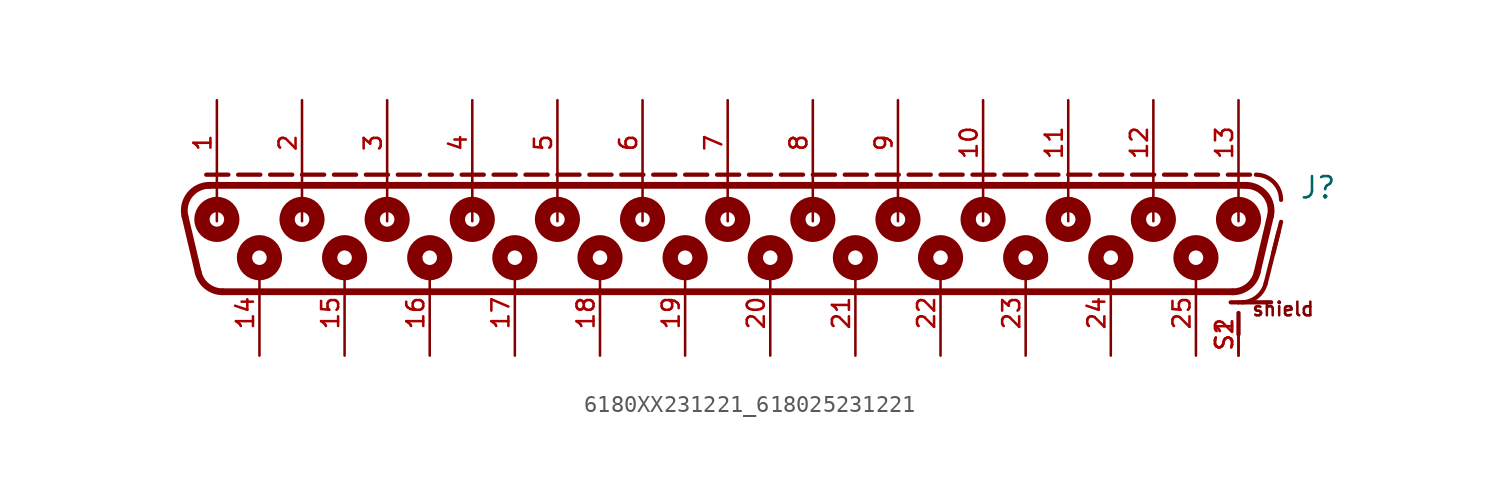
<source format=kicad_sym>
(kicad_symbol_lib
  (version 20241209)
  (generator "kicad_symbol_editor")
  (generator_version "9.0")
  (symbol "6180XX231221_618025231221"
    (pin_names
      (offset 1.016))
    (property "Reference" "J"
      (at 34.1 1.66 0)
      (effects (font (size 1.27 1.27)) (justify left bottom)))
    (symbol "6180XX231221_618025231221_0_0"
      (polyline (pts (xy -31.593 -2.655) (xy -32.384 0.695)) (stroke (width 0.406) (type default)) (fill (type none)))
      (polyline (pts (xy -31.115 3.175) (xy -29.793 3.175)) (stroke (width 0.254) (type default)) (fill (type none)))
      (polyline (pts (xy -30.924 2.54) (xy 30.924 2.54)) (stroke (width 0.406) (type default)) (fill (type none)))
      (arc (start -32.3842 0.6952) (mid -32.1006 1.9708) (end -30.9244 2.54) (stroke (width 0.4064) (type default)) (fill (type none)))
      (polyline (pts (xy -30.48 2.58) (xy -30.48 0.4)) (stroke (width 0.152) (type default)) (fill (type none)))
      (circle (center -30.48 0.508) (radius 0.432) (stroke (width 0.914) (type default)) (fill (type none)))
      (circle (center -30.48 0.508) (radius 0.762) (stroke (width 0.254) (type default)) (fill (type none)))
      (arc (start -30.1331 -3.81) (mid -31.0639 -3.4863) (end -31.5929 -2.6548) (stroke (width 0.4064) (type default)) (fill (type none)))
      (polyline (pts (xy -29.21 3.175) (xy -27.888 3.175)) (stroke (width 0.254) (type default)) (fill (type none)))
      (circle (center -27.94 -1.778) (radius 0.432) (stroke (width 0.914) (type default)) (fill (type none)))
      (circle (center -27.94 -1.778) (radius 0.762) (stroke (width 0.254) (type default)) (fill (type none)))
      (polyline (pts (xy -27.305 3.175) (xy -25.983 3.175)) (stroke (width 0.254) (type default)) (fill (type none)))
      (polyline (pts (xy -25.4 3.175) (xy -24.078 3.175)) (stroke (width 0.254) (type default)) (fill (type none)))
      (polyline (pts (xy -25.4 2.58) (xy -25.4 0.4)) (stroke (width 0.152) (type default)) (fill (type none)))
      (circle (center -25.4 0.508) (radius 0.432) (stroke (width 0.914) (type default)) (fill (type none)))
      (circle (center -25.4 0.508) (radius 0.762) (stroke (width 0.254) (type default)) (fill (type none)))
      (polyline (pts (xy -23.495 3.175) (xy -22.173 3.175)) (stroke (width 0.254) (type default)) (fill (type none)))
      (circle (center -22.86 -1.778) (radius 0.432) (stroke (width 0.914) (type default)) (fill (type none)))
      (circle (center -22.86 -1.778) (radius 0.762) (stroke (width 0.254) (type default)) (fill (type none)))
      (polyline (pts (xy -21.59 3.175) (xy -20.268 3.175)) (stroke (width 0.254) (type default)) (fill (type none)))
      (polyline (pts (xy -20.32 2.58) (xy -20.32 0.4)) (stroke (width 0.152) (type default)) (fill (type none)))
      (circle (center -20.32 0.508) (radius 0.432) (stroke (width 0.914) (type default)) (fill (type none)))
      (circle (center -20.32 0.508) (radius 0.762) (stroke (width 0.254) (type default)) (fill (type none)))
      (polyline (pts (xy -19.685 3.175) (xy -18.363 3.175)) (stroke (width 0.254) (type default)) (fill (type none)))
      (polyline (pts (xy -17.78 3.175) (xy -16.458 3.175)) (stroke (width 0.254) (type default)) (fill (type none)))
      (circle (center -17.78 -1.778) (radius 0.432) (stroke (width 0.914) (type default)) (fill (type none)))
      (circle (center -17.78 -1.778) (radius 0.762) (stroke (width 0.254) (type default)) (fill (type none)))
      (polyline (pts (xy -15.875 3.175) (xy -14.553 3.175)) (stroke (width 0.254) (type default)) (fill (type none)))
      (polyline (pts (xy -15.24 2.58) (xy -15.24 0.4)) (stroke (width 0.152) (type default)) (fill (type none)))
      (circle (center -15.24 0.508) (radius 0.432) (stroke (width 0.914) (type default)) (fill (type none)))
      (circle (center -15.24 0.508) (radius 0.762) (stroke (width 0.254) (type default)) (fill (type none)))
      (polyline (pts (xy -13.97 3.175) (xy -12.648 3.175)) (stroke (width 0.254) (type default)) (fill (type none)))
      (circle (center -12.7 -1.778) (radius 0.432) (stroke (width 0.914) (type default)) (fill (type none)))
      (circle (center -12.7 -1.778) (radius 0.762) (stroke (width 0.254) (type default)) (fill (type none)))
      (polyline (pts (xy -12.065 3.175) (xy -10.743 3.175)) (stroke (width 0.254) (type default)) (fill (type none)))
      (polyline (pts (xy -10.16 3.175) (xy -8.838 3.175)) (stroke (width 0.254) (type default)) (fill (type none)))
      (polyline (pts (xy -10.16 2.58) (xy -10.16 0.4)) (stroke (width 0.152) (type default)) (fill (type none)))
      (circle (center -10.16 0.508) (radius 0.432) (stroke (width 0.914) (type default)) (fill (type none)))
      (circle (center -10.16 0.508) (radius 0.762) (stroke (width 0.254) (type default)) (fill (type none)))
      (polyline (pts (xy -8.255 3.175) (xy -6.933 3.175)) (stroke (width 0.254) (type default)) (fill (type none)))
      (circle (center -7.62 -1.778) (radius 0.432) (stroke (width 0.914) (type default)) (fill (type none)))
      (circle (center -7.62 -1.778) (radius 0.762) (stroke (width 0.254) (type default)) (fill (type none)))
      (polyline (pts (xy -6.35 3.175) (xy -5.028 3.175)) (stroke (width 0.254) (type default)) (fill (type none)))
      (polyline (pts (xy -5.08 2.58) (xy -5.08 0.4)) (stroke (width 0.152) (type default)) (fill (type none)))
      (circle (center -5.08 0.508) (radius 0.432) (stroke (width 0.914) (type default)) (fill (type none)))
      (circle (center -5.08 0.508) (radius 0.762) (stroke (width 0.254) (type default)) (fill (type none)))
      (polyline (pts (xy -4.445 3.175) (xy -3.123 3.175)) (stroke (width 0.254) (type default)) (fill (type none)))
      (polyline (pts (xy -2.54 3.175) (xy -1.218 3.175)) (stroke (width 0.254) (type default)) (fill (type none)))
      (circle (center -2.54 -1.778) (radius 0.432) (stroke (width 0.914) (type default)) (fill (type none)))
      (circle (center -2.54 -1.778) (radius 0.762) (stroke (width 0.254) (type default)) (fill (type none)))
      (polyline (pts (xy -0.635 3.175) (xy 0.687 3.175)) (stroke (width 0.254) (type default)) (fill (type none)))
      (polyline (pts (xy 0 2.58) (xy 0 0.4)) (stroke (width 0.152) (type default)) (fill (type none)))
      (circle (center 0 0.508) (radius 0.432) (stroke (width 0.914) (type default)) (fill (type none)))
      (circle (center 0 0.508) (radius 0.762) (stroke (width 0.254) (type default)) (fill (type none)))
      (polyline (pts (xy 1.27 3.175) (xy 2.592 3.175)) (stroke (width 0.254) (type default)) (fill (type none)))
      (circle (center 2.54 -1.778) (radius 0.432) (stroke (width 0.914) (type default)) (fill (type none)))
      (circle (center 2.54 -1.778) (radius 0.762) (stroke (width 0.254) (type default)) (fill (type none)))
      (polyline (pts (xy 3.175 3.175) (xy 4.497 3.175)) (stroke (width 0.254) (type default)) (fill (type none)))
      (polyline (pts (xy 5.08 3.175) (xy 6.402 3.175)) (stroke (width 0.254) (type default)) (fill (type none)))
      (polyline (pts (xy 5.08 2.58) (xy 5.08 0.4)) (stroke (width 0.152) (type default)) (fill (type none)))
      (circle (center 5.08 0.508) (radius 0.432) (stroke (width 0.914) (type default)) (fill (type none)))
      (circle (center 5.08 0.508) (radius 0.762) (stroke (width 0.254) (type default)) (fill (type none)))
      (polyline (pts (xy 6.985 3.175) (xy 8.307 3.175)) (stroke (width 0.254) (type default)) (fill (type none)))
      (circle (center 7.62 -1.778) (radius 0.432) (stroke (width 0.914) (type default)) (fill (type none)))
      (circle (center 7.62 -1.778) (radius 0.762) (stroke (width 0.254) (type default)) (fill (type none)))
      (polyline (pts (xy 8.89 3.175) (xy 10.212 3.175)) (stroke (width 0.254) (type default)) (fill (type none)))
      (polyline (pts (xy 10.16 2.58) (xy 10.16 0.4)) (stroke (width 0.152) (type default)) (fill (type none)))
      (circle (center 10.16 0.508) (radius 0.432) (stroke (width 0.914) (type default)) (fill (type none)))
      (circle (center 10.16 0.508) (radius 0.762) (stroke (width 0.254) (type default)) (fill (type none)))
      (polyline (pts (xy 10.795 3.175) (xy 12.117 3.175)) (stroke (width 0.254) (type default)) (fill (type none)))
      (polyline (pts (xy 12.7 3.175) (xy 14.022 3.175)) (stroke (width 0.254) (type default)) (fill (type none)))
      (circle (center 12.7 -1.778) (radius 0.432) (stroke (width 0.914) (type default)) (fill (type none)))
      (circle (center 12.7 -1.778) (radius 0.762) (stroke (width 0.254) (type default)) (fill (type none)))
      (polyline (pts (xy 14.605 3.175) (xy 15.927 3.175)) (stroke (width 0.254) (type default)) (fill (type none)))
      (polyline (pts (xy 15.24 2.58) (xy 15.24 0.4)) (stroke (width 0.152) (type default)) (fill (type none)))
      (circle (center 15.24 0.508) (radius 0.432) (stroke (width 0.914) (type default)) (fill (type none)))
      (circle (center 15.24 0.508) (radius 0.762) (stroke (width 0.254) (type default)) (fill (type none)))
      (polyline (pts (xy 16.51 3.175) (xy 17.832 3.175)) (stroke (width 0.254) (type default)) (fill (type none)))
      (circle (center 17.78 -1.778) (radius 0.432) (stroke (width 0.914) (type default)) (fill (type none)))
      (circle (center 17.78 -1.778) (radius 0.762) (stroke (width 0.254) (type default)) (fill (type none)))
      (polyline (pts (xy 18.415 3.175) (xy 19.737 3.175)) (stroke (width 0.254) (type default)) (fill (type none)))
      (polyline (pts (xy 20.32 3.175) (xy 21.642 3.175)) (stroke (width 0.254) (type default)) (fill (type none)))
      (polyline (pts (xy 20.32 2.58) (xy 20.32 0.4)) (stroke (width 0.152) (type default)) (fill (type none)))
      (circle (center 20.32 0.508) (radius 0.432) (stroke (width 0.914) (type default)) (fill (type none)))
      (circle (center 20.32 0.508) (radius 0.762) (stroke (width 0.254) (type default)) (fill (type none)))
      (polyline (pts (xy 22.225 3.175) (xy 23.547 3.175)) (stroke (width 0.254) (type default)) (fill (type none)))
      (circle (center 22.86 -1.778) (radius 0.432) (stroke (width 0.914) (type default)) (fill (type none)))
      (circle (center 22.86 -1.778) (radius 0.762) (stroke (width 0.254) (type default)) (fill (type none)))
      (polyline (pts (xy 24.13 3.175) (xy 25.452 3.175)) (stroke (width 0.254) (type default)) (fill (type none)))
      (polyline (pts (xy 25.4 2.58) (xy 25.4 0.4)) (stroke (width 0.152) (type default)) (fill (type none)))
      (circle (center 25.4 0.508) (radius 0.432) (stroke (width 0.914) (type default)) (fill (type none)))
      (circle (center 25.4 0.508) (radius 0.762) (stroke (width 0.254) (type default)) (fill (type none)))
      (polyline (pts (xy 26.035 3.175) (xy 27.357 3.175)) (stroke (width 0.254) (type default)) (fill (type none)))
      (polyline (pts (xy 27.94 3.175) (xy 29.262 3.175)) (stroke (width 0.254) (type default)) (fill (type none)))
      (circle (center 27.94 -1.778) (radius 0.432) (stroke (width 0.914) (type default)) (fill (type none)))
      (circle (center 27.94 -1.778) (radius 0.762) (stroke (width 0.254) (type default)) (fill (type none)))
      (polyline (pts (xy 29.845 3.175) (xy 31.167 3.175)) (stroke (width 0.254) (type default)) (fill (type none)))
      (polyline (pts (xy 30.133 -3.81) (xy -30.133 -3.81)) (stroke (width 0.406) (type default)) (fill (type none)))
      (arc (start 31.5929 -2.6548) (mid 31.0642 -3.4874) (end 30.1331 -3.81) (stroke (width 0.4064) (type default)) (fill (type none)))
      (polyline (pts (xy 30.48 2.58) (xy 30.48 0.4)) (stroke (width 0.152) (type default)) (fill (type none)))
      (circle (center 30.48 0.508) (radius 0.432) (stroke (width 0.914) (type default)) (fill (type none)))
      (circle (center 30.48 0.508) (radius 0.762) (stroke (width 0.254) (type default)) (fill (type none)))
      (polyline (pts (xy 30.48 -4.445) (xy 30.48 -4.445)) (stroke (width 0.254) (type default)) (fill (type none)))
      (polyline (pts (xy 30.48 -6.35) (xy 30.48 -5.08)) (stroke (width 0.254) (type default)) (fill (type none)))
      (polyline (pts (xy 30.52 -4.44) (xy 30.014 -4.44)) (stroke (width 0.254) (type default)) (fill (type none)))
      (arc (start 32.1041 -3.3038) (mid 31.5719 -4.1219) (end 30.6488 -4.44) (stroke (width 0.254) (type default)) (fill (type none)))
      (arc (start 30.9244 2.54) (mid 32.0973 1.9695) (end 32.3842 0.6952) (stroke (width 0.4064) (type default)) (fill (type none)))
      (arc (start 31.52 3.175) (mid 32.5807 2.7357) (end 33.02 1.675) (stroke (width 0.254) (type default)) (fill (type none)))
      (polyline (pts (xy 32.104 -3.304) (xy 32.866 -0.256)) (stroke (width 0.254) (type default)) (fill (type none)))
      (polyline (pts (xy 32.384 0.695) (xy 31.593 -2.655)) (stroke (width 0.406) (type default)) (fill (type none)))
      (polyline (pts (xy 32.425 -4.44) (xy 30.649 -4.44)) (stroke (width 0.254) (type default)) (fill (type none)))
      (polyline (pts (xy 32.566 -1.456) (xy 33.02 0.36)) (stroke (width 0.254) (type default)) (fill (type none)))
      (text "shield" (at 31.22 -5.32 0) (effects (font (size 0.813 0.813)) (justify left bottom)))
      (pin bidirectional line (at -30.48 7.62 270) (length 5.08) (name "~" (effects (font (size 1.016 1.016)))) (number "1" (effects (font (size 1.016 1.016)))))
      (pin bidirectional line (at -27.94 -7.62 90) (length 5.08) (name "~" (effects (font (size 1.016 1.016)))) (number "14" (effects (font (size 1.016 1.016)))))
      (pin bidirectional line (at -25.4 7.62 270) (length 5.08) (name "~" (effects (font (size 1.016 1.016)))) (number "2" (effects (font (size 1.016 1.016)))))
      (pin bidirectional line (at -22.86 -7.62 90) (length 5.08) (name "~" (effects (font (size 1.016 1.016)))) (number "15" (effects (font (size 1.016 1.016)))))
      (pin bidirectional line (at -20.32 7.62 270) (length 5.08) (name "~" (effects (font (size 1.016 1.016)))) (number "3" (effects (font (size 1.016 1.016)))))
      (pin bidirectional line (at -17.78 -7.62 90) (length 5.08) (name "~" (effects (font (size 1.016 1.016)))) (number "16" (effects (font (size 1.016 1.016)))))
      (pin bidirectional line (at -15.24 7.62 270) (length 5.08) (name "~" (effects (font (size 1.016 1.016)))) (number "4" (effects (font (size 1.016 1.016)))))
      (pin bidirectional line (at -12.7 -7.62 90) (length 5.08) (name "~" (effects (font (size 1.016 1.016)))) (number "17" (effects (font (size 1.016 1.016)))))
      (pin bidirectional line (at -10.16 7.62 270) (length 5.08) (name "~" (effects (font (size 1.016 1.016)))) (number "5" (effects (font (size 1.016 1.016)))))
      (pin bidirectional line (at -7.62 -7.62 90) (length 5.08) (name "~" (effects (font (size 1.016 1.016)))) (number "18" (effects (font (size 1.016 1.016)))))
      (pin bidirectional line (at -5.08 7.62 270) (length 5.08) (name "~" (effects (font (size 1.016 1.016)))) (number "6" (effects (font (size 1.016 1.016)))))
      (pin bidirectional line (at -2.54 -7.62 90) (length 5.08) (name "~" (effects (font (size 1.016 1.016)))) (number "19" (effects (font (size 1.016 1.016)))))
      (pin bidirectional line (at 0 7.62 270) (length 5.08) (name "~" (effects (font (size 1.016 1.016)))) (number "7" (effects (font (size 1.016 1.016)))))
      (pin bidirectional line (at 2.54 -7.62 90) (length 5.08) (name "~" (effects (font (size 1.016 1.016)))) (number "20" (effects (font (size 1.016 1.016)))))
      (pin bidirectional line (at 5.08 7.62 270) (length 5.08) (name "~" (effects (font (size 1.016 1.016)))) (number "8" (effects (font (size 1.016 1.016)))))
      (pin bidirectional line (at 7.62 -7.62 90) (length 5.08) (name "~" (effects (font (size 1.016 1.016)))) (number "21" (effects (font (size 1.016 1.016)))))
      (pin bidirectional line (at 10.16 7.62 270) (length 5.08) (name "~" (effects (font (size 1.016 1.016)))) (number "9" (effects (font (size 1.016 1.016)))))
      (pin bidirectional line (at 12.7 -7.62 90) (length 5.08) (name "~" (effects (font (size 1.016 1.016)))) (number "22" (effects (font (size 1.016 1.016)))))
      (pin bidirectional line (at 15.24 7.62 270) (length 5.08) (name "~" (effects (font (size 1.016 1.016)))) (number "10" (effects (font (size 1.016 1.016)))))
      (pin bidirectional line (at 17.78 -7.62 90) (length 5.08) (name "~" (effects (font (size 1.016 1.016)))) (number "23" (effects (font (size 1.016 1.016)))))
      (pin bidirectional line (at 20.32 7.62 270) (length 5.08) (name "~" (effects (font (size 1.016 1.016)))) (number "11" (effects (font (size 1.016 1.016)))))
      (pin bidirectional line (at 22.86 -7.62 90) (length 5.08) (name "~" (effects (font (size 1.016 1.016)))) (number "24" (effects (font (size 1.016 1.016)))))
      (pin bidirectional line (at 25.4 7.62 270) (length 5.08) (name "~" (effects (font (size 1.016 1.016)))) (number "12" (effects (font (size 1.016 1.016)))))
      (pin bidirectional line (at 27.94 -7.62 90) (length 5.08) (name "~" (effects (font (size 1.016 1.016)))) (number "25" (effects (font (size 1.016 1.016)))))
      (pin bidirectional line (at 30.48 7.62 270) (length 5.08) (name "~" (effects (font (size 1.016 1.016)))) (number "13" (effects (font (size 1.016 1.016)))))
      (pin bidirectional line (at 30.48 -7.62 90) (length 2.54) (name "~" (effects (font (size 1.016 1.016)))) (number "S1" (effects (font (size 1.016 1.016)))))
      (pin bidirectional line (at 30.48 -7.62 90) (length 2.54) (name "~" (effects (font (size 1.016 1.016)))) (number "S2" (effects (font (size 1.016 1.016))))))))
</source>
